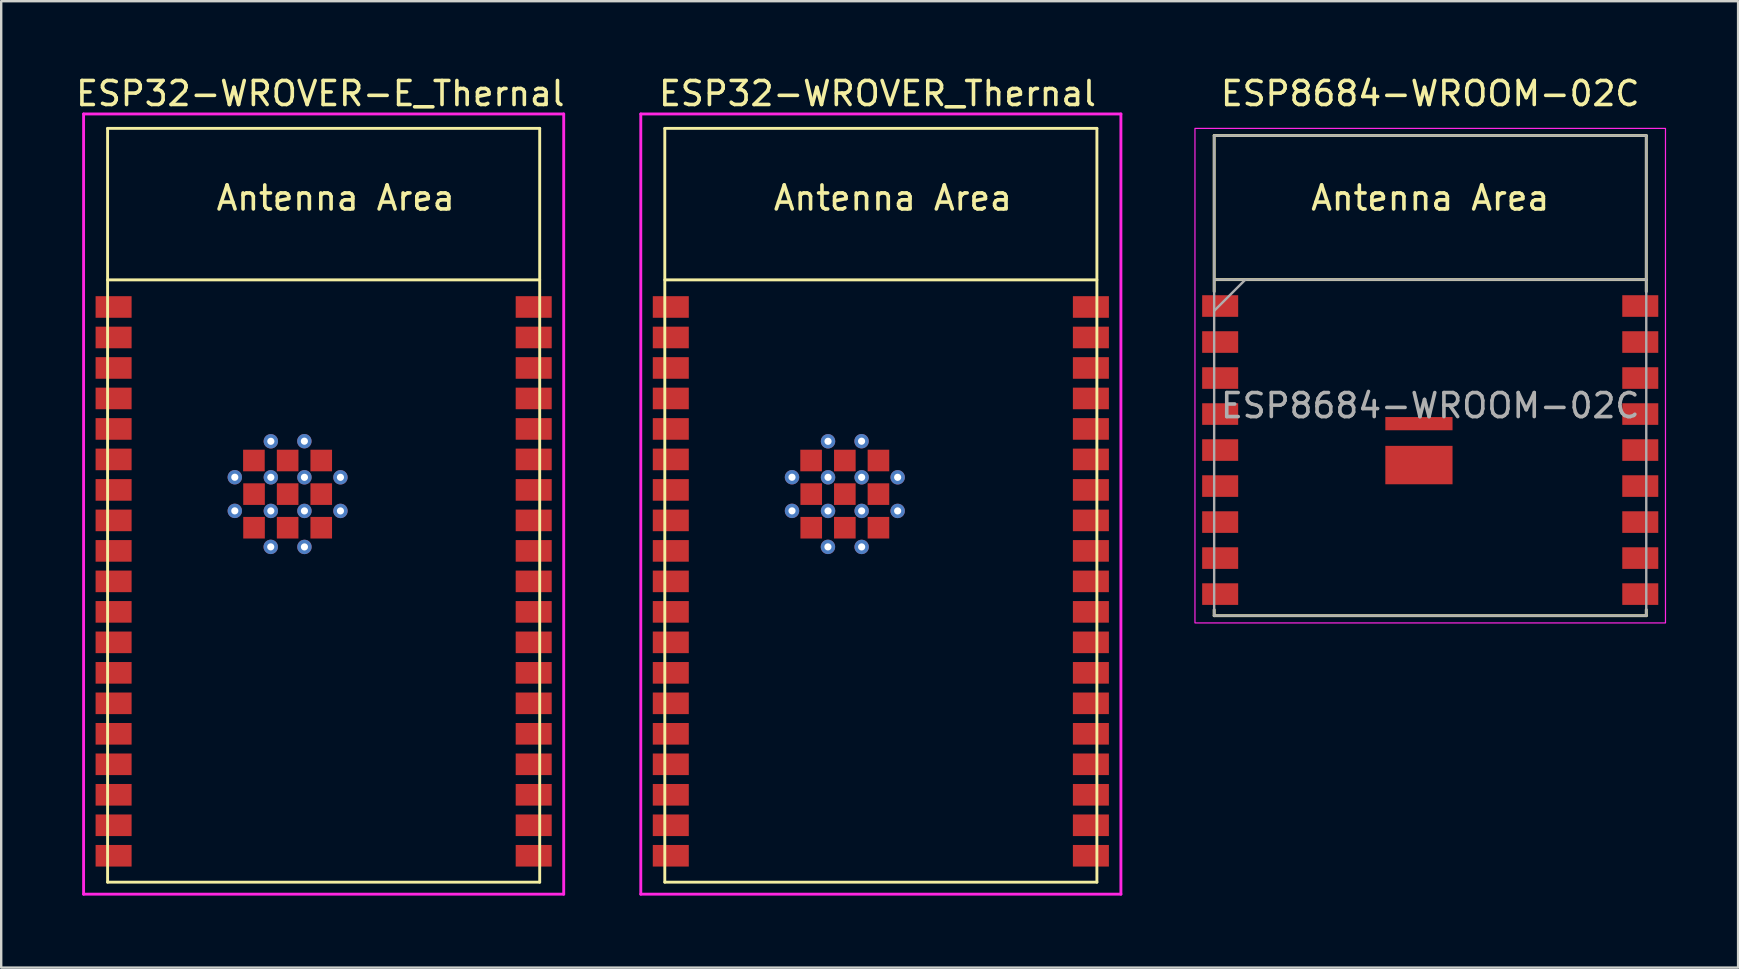
<source format=kicad_pcb>
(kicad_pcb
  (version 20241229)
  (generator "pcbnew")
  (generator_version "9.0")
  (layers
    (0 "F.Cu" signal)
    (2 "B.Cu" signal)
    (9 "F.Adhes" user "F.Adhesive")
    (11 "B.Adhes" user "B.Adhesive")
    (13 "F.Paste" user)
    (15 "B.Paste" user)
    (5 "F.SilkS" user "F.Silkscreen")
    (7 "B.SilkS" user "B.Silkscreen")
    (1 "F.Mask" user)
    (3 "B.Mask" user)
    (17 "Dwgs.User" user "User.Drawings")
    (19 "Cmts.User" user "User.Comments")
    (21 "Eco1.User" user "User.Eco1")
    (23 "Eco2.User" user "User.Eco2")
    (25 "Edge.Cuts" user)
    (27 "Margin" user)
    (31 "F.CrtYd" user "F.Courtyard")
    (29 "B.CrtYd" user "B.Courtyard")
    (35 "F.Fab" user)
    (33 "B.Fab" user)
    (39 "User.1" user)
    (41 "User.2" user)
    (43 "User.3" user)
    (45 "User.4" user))
  (footprint "ESP32-WROVER_Thernal"
    (layer "F.Cu")
    (at 33.643 17.993)
    (property "Reference" "ESP32-WROVER_Thernal" (at -0.14 -17.145 0) (layer "F.SilkS") (effects (font (size 1 1) (thickness 0.15))))
    (attr smd)
    (fp_line (start -9 -15.695) (end -9 15.705) (stroke (width 0.12) (type solid)) (layer "F.SilkS"))
    (fp_line (start -9 -9.385) (end 9 -9.385) (stroke (width 0.12) (type solid)) (layer "F.SilkS"))
    (fp_line (start -9 15.705) (end 9 15.705) (stroke (width 0.12) (type solid)) (layer "F.SilkS"))
    (fp_line (start 9 -15.695) (end -9 -15.695) (stroke (width 0.12) (type solid)) (layer "F.SilkS"))
    (fp_line (start 9 15.705) (end 9 -15.695) (stroke (width 0.12) (type solid)) (layer "F.SilkS"))
    (fp_line (start -9 -15.695) (end -9 15.705) (stroke (width 0.12) (type solid)) (layer "Eco2.User"))
    (fp_line (start -9 -9.385) (end 9 -9.385) (stroke (width 0.12) (type solid)) (layer "Eco2.User"))
    (fp_line (start -9 15.705) (end 9 15.705) (stroke (width 0.12) (type solid)) (layer "Eco2.User"))
    (fp_line (start 9 -15.695) (end -9 -15.695) (stroke (width 0.12) (type solid)) (layer "Eco2.User"))
    (fp_line (start 9 15.705) (end 9 -15.695) (stroke (width 0.12) (type solid)) (layer "Eco2.User"))
    (fp_line (start -10 -16.295) (end 10 -16.295) (stroke (width 0.12) (type solid)) (layer "F.CrtYd"))
    (fp_line (start -10 16.205) (end -10 -16.295) (stroke (width 0.12) (type solid)) (layer "F.CrtYd"))
    (fp_line (start 10 -16.295) (end 10 16.205) (stroke (width 0.12) (type solid)) (layer "F.CrtYd"))
    (fp_line (start 10 16.205) (end -10 16.205) (stroke (width 0.12) (type solid)) (layer "F.CrtYd"))
    (fp_text user "Antenna Area" (at 0.5 -12.795 0) (unlocked yes) (layer "F.SilkS") (effects (font (size 1 1) (thickness 0.15))))
    (pad "1" smd rect (at -8.75 -8.255) (size 1.5 0.9) (layers "F.Cu" "F.Mask" "F.Paste"))
    (pad "2" smd rect (at -8.75 -6.985) (size 1.5 0.9) (layers "F.Cu" "F.Mask" "F.Paste"))
    (pad "3" smd rect (at -8.75 -5.715) (size 1.5 0.9) (layers "F.Cu" "F.Mask" "F.Paste"))
    (pad "4" smd rect (at -8.75 -4.445) (size 1.5 0.9) (layers "F.Cu" "F.Mask" "F.Paste"))
    (pad "5" smd rect (at -8.75 -3.175) (size 1.5 0.9) (layers "F.Cu" "F.Mask" "F.Paste"))
    (pad "6" smd rect (at -8.75 -1.905) (size 1.5 0.9) (layers "F.Cu" "F.Mask" "F.Paste"))
    (pad "7" smd rect (at -8.75 -0.635) (size 1.5 0.9) (layers "F.Cu" "F.Mask" "F.Paste"))
    (pad "8" smd rect (at -8.75 0.635) (size 1.5 0.9) (layers "F.Cu" "F.Mask" "F.Paste"))
    (pad "9" smd rect (at -8.75 1.905) (size 1.5 0.9) (layers "F.Cu" "F.Mask" "F.Paste"))
    (pad "10" smd rect (at -8.75 3.175) (size 1.5 0.9) (layers "F.Cu" "F.Mask" "F.Paste"))
    (pad "11" smd rect (at -8.75 4.445) (size 1.5 0.9) (layers "F.Cu" "F.Mask" "F.Paste"))
    (pad "12" smd rect (at -8.75 5.715) (size 1.5 0.9) (layers "F.Cu" "F.Mask" "F.Paste"))
    (pad "13" smd rect (at -8.75 6.985) (size 1.5 0.9) (layers "F.Cu" "F.Mask" "F.Paste"))
    (pad "14" smd rect (at -8.75 8.255) (size 1.5 0.9) (layers "F.Cu" "F.Mask" "F.Paste"))
    (pad "15" smd rect (at -8.75 9.525) (size 1.5 0.9) (layers "F.Cu" "F.Mask" "F.Paste"))
    (pad "16" smd rect (at -8.75 10.795) (size 1.5 0.9) (layers "F.Cu" "F.Mask" "F.Paste"))
    (pad "17" smd rect (at -8.75 12.065) (size 1.5 0.9) (layers "F.Cu" "F.Mask" "F.Paste"))
    (pad "18" smd rect (at -8.75 13.335) (size 1.5 0.9) (layers "F.Cu" "F.Mask" "F.Paste"))
    (pad "19" smd rect (at -8.75 14.605) (size 1.5 0.9) (layers "F.Cu" "F.Mask" "F.Paste"))
    (pad "20" smd rect (at 8.75 14.605) (size 1.5 0.9) (layers "F.Cu" "F.Mask" "F.Paste"))
    (pad "21" smd rect (at 8.75 13.335) (size 1.5 0.9) (layers "F.Cu" "F.Mask" "F.Paste"))
    (pad "22" smd rect (at 8.75 12.065) (size 1.5 0.9) (layers "F.Cu" "F.Mask" "F.Paste"))
    (pad "23" smd rect (at 8.75 10.795) (size 1.5 0.9) (layers "F.Cu" "F.Mask" "F.Paste"))
    (pad "24" smd rect (at 8.75 9.525) (size 1.5 0.9) (layers "F.Cu" "F.Mask" "F.Paste"))
    (pad "25" smd rect (at 8.75 8.255) (size 1.5 0.9) (layers "F.Cu" "F.Mask" "F.Paste"))
    (pad "26" smd rect (at 8.75 6.985) (size 1.5 0.9) (layers "F.Cu" "F.Mask" "F.Paste"))
    (pad "27" smd rect (at 8.75 5.715) (size 1.5 0.9) (layers "F.Cu" "F.Mask" "F.Paste"))
    (pad "28" smd rect (at 8.75 4.445) (size 1.5 0.9) (layers "F.Cu" "F.Mask" "F.Paste"))
    (pad "29" smd rect (at 8.75 3.175) (size 1.5 0.9) (layers "F.Cu" "F.Mask" "F.Paste"))
    (pad "30" smd rect (at 8.75 1.905) (size 1.5 0.9) (layers "F.Cu" "F.Mask" "F.Paste"))
    (pad "31" smd rect (at 8.75 0.635) (size 1.5 0.9) (layers "F.Cu" "F.Mask" "F.Paste"))
    (pad "32" smd rect (at 8.75 -0.635) (size 1.5 0.9) (layers "F.Cu" "F.Mask" "F.Paste"))
    (pad "33" smd rect (at 8.75 -1.905) (size 1.5 0.9) (layers "F.Cu" "F.Mask" "F.Paste"))
    (pad "34" smd rect (at 8.75 -3.175) (size 1.5 0.9) (layers "F.Cu" "F.Mask" "F.Paste"))
    (pad "35" smd rect (at 8.75 -4.445) (size 1.5 0.9) (layers "F.Cu" "F.Mask" "F.Paste"))
    (pad "36" smd rect (at 8.75 -5.715) (size 1.5 0.9) (layers "F.Cu" "F.Mask" "F.Paste"))
    (pad "37" smd rect (at 8.75 -6.985) (size 1.5 0.9) (layers "F.Cu" "F.Mask" "F.Paste"))
    (pad "38" smd rect (at 8.75 -8.255) (size 1.5 0.9) (layers "F.Cu" "F.Mask" "F.Paste"))
    (pad "39" thru_hole circle (at -3.701 -1.163) (size 0.6 0.6) (drill 0.3) (layers "*.Cu" "*.Mask"))
    (pad "39" thru_hole circle (at -3.701 0.238) (size 0.6 0.6) (drill 0.3) (layers "*.Cu" "*.Mask"))
    (pad "39" smd rect (at -2.905 -1.86) (size 0.9 0.9) (layers "F.Cu" "F.Mask" "F.Paste"))
    (pad "39" smd rect (at -2.9 -0.46) (size 0.9 0.9) (layers "F.Cu" "F.Mask" "F.Paste"))
    (pad "39" smd rect (at -2.9 0.94) (size 0.9 0.9) (layers "F.Cu" "F.Mask" "F.Paste"))
    (pad "39" thru_hole circle (at -2.204 1.738) (size 0.6 0.6) (drill 0.3) (layers "*.Cu" "*.Mask"))
    (pad "39" thru_hole circle (at -2.2 -2.66) (size 0.6 0.6) (drill 0.3) (layers "*.Cu" "*.Mask"))
    (pad "39" thru_hole circle (at -2.2 -1.16) (size 0.6 0.6) (drill 0.3) (layers "*.Cu" "*.Mask"))
    (pad "39" thru_hole circle (at -2.2 0.24) (size 0.6 0.6) (drill 0.3) (layers "*.Cu" "*.Mask"))
    (pad "39" smd rect (at -1.5 -1.86) (size 0.9 0.9) (layers "F.Cu" "F.Mask" "F.Paste"))
    (pad "39" smd rect (at -1.5 -0.46) (size 0.9 0.9) (layers "F.Cu" "F.Mask" "F.Paste"))
    (pad "39" smd rect (at -1.5 0.94) (size 0.9 0.9) (layers "F.Cu" "F.Mask" "F.Paste"))
    (pad "39" thru_hole circle (at -0.803 -2.664) (size 0.6 0.6) (drill 0.3) (layers "*.Cu" "*.Mask"))
    (pad "39" thru_hole circle (at -0.8 -1.16) (size 0.6 0.6) (drill 0.3) (layers "*.Cu" "*.Mask"))
    (pad "39" thru_hole circle (at -0.8 0.24) (size 0.6 0.6) (drill 0.3) (layers "*.Cu" "*.Mask"))
    (pad "39" thru_hole circle (at -0.8 1.74) (size 0.6 0.6) (drill 0.3) (layers "*.Cu" "*.Mask"))
    (pad "39" smd rect (at -0.1 -1.86) (size 0.9 0.9) (layers "F.Cu" "F.Mask" "F.Paste"))
    (pad "39" smd rect (at -0.1 -0.46) (size 0.9 0.9) (layers "F.Cu" "F.Mask" "F.Paste"))
    (pad "39" smd rect (at -0.1 0.94) (size 0.9 0.9) (layers "F.Cu" "F.Mask" "F.Paste"))
    (pad "39" thru_hole circle (at 0.7 -1.16) (size 0.6 0.6) (drill 0.3) (layers "*.Cu" "*.Mask"))
    (pad "39" thru_hole circle (at 0.7 0.24) (size 0.6 0.6) (drill 0.3) (layers "*.Cu" "*.Mask")))
  (footprint "ESP32-WROVER-E_Thernal"
    (layer "F.Cu")
    (at 10.432 17.993)
    (property "Reference" "ESP32-WROVER-E_Thernal" (at -0.14 -17.145 0) (layer "F.SilkS") (effects (font (size 1 1) (thickness 0.15))))
    (attr smd)
    (fp_line (start -9 -15.695) (end -9 15.705) (stroke (width 0.12) (type solid)) (layer "F.SilkS"))
    (fp_line (start -9 -9.385) (end 9 -9.385) (stroke (width 0.12) (type solid)) (layer "F.SilkS"))
    (fp_line (start -9 15.705) (end 9 15.705) (stroke (width 0.12) (type solid)) (layer "F.SilkS"))
    (fp_line (start 9 -15.695) (end -9 -15.695) (stroke (width 0.12) (type solid)) (layer "F.SilkS"))
    (fp_line (start 9 15.705) (end 9 -15.695) (stroke (width 0.12) (type solid)) (layer "F.SilkS"))
    (fp_line (start -9 -15.695) (end -9 15.705) (stroke (width 0.12) (type solid)) (layer "Eco2.User"))
    (fp_line (start -9 -9.385) (end 9 -9.385) (stroke (width 0.12) (type solid)) (layer "Eco2.User"))
    (fp_line (start -9 15.705) (end 9 15.705) (stroke (width 0.12) (type solid)) (layer "Eco2.User"))
    (fp_line (start 9 -15.695) (end -9 -15.695) (stroke (width 0.12) (type solid)) (layer "Eco2.User"))
    (fp_line (start 9 15.705) (end 9 -15.695) (stroke (width 0.12) (type solid)) (layer "Eco2.User"))
    (fp_line (start -10 -16.295) (end 10 -16.295) (stroke (width 0.12) (type solid)) (layer "F.CrtYd"))
    (fp_line (start -10 16.205) (end -10 -16.295) (stroke (width 0.12) (type solid)) (layer "F.CrtYd"))
    (fp_line (start 10 -16.295) (end 10 16.205) (stroke (width 0.12) (type solid)) (layer "F.CrtYd"))
    (fp_line (start 10 16.205) (end -10 16.205) (stroke (width 0.12) (type solid)) (layer "F.CrtYd"))
    (fp_text user "Antenna Area" (at 0.5 -12.795 0) (unlocked yes) (layer "F.SilkS") (effects (font (size 1 1) (thickness 0.15))))
    (pad "1" smd rect (at -8.75 -8.255) (size 1.5 0.9) (layers "F.Cu" "F.Mask" "F.Paste"))
    (pad "2" smd rect (at -8.75 -6.985) (size 1.5 0.9) (layers "F.Cu" "F.Mask" "F.Paste"))
    (pad "3" smd rect (at -8.75 -5.715) (size 1.5 0.9) (layers "F.Cu" "F.Mask" "F.Paste"))
    (pad "4" smd rect (at -8.75 -4.445) (size 1.5 0.9) (layers "F.Cu" "F.Mask" "F.Paste"))
    (pad "5" smd rect (at -8.75 -3.175) (size 1.5 0.9) (layers "F.Cu" "F.Mask" "F.Paste"))
    (pad "6" smd rect (at -8.75 -1.905) (size 1.5 0.9) (layers "F.Cu" "F.Mask" "F.Paste"))
    (pad "7" smd rect (at -8.75 -0.635) (size 1.5 0.9) (layers "F.Cu" "F.Mask" "F.Paste"))
    (pad "8" smd rect (at -8.75 0.635) (size 1.5 0.9) (layers "F.Cu" "F.Mask" "F.Paste"))
    (pad "9" smd rect (at -8.75 1.905) (size 1.5 0.9) (layers "F.Cu" "F.Mask" "F.Paste"))
    (pad "10" smd rect (at -8.75 3.175) (size 1.5 0.9) (layers "F.Cu" "F.Mask" "F.Paste"))
    (pad "11" smd rect (at -8.75 4.445) (size 1.5 0.9) (layers "F.Cu" "F.Mask" "F.Paste"))
    (pad "12" smd rect (at -8.75 5.715) (size 1.5 0.9) (layers "F.Cu" "F.Mask" "F.Paste"))
    (pad "13" smd rect (at -8.75 6.985) (size 1.5 0.9) (layers "F.Cu" "F.Mask" "F.Paste"))
    (pad "14" smd rect (at -8.75 8.255) (size 1.5 0.9) (layers "F.Cu" "F.Mask" "F.Paste"))
    (pad "15" smd rect (at -8.75 9.525) (size 1.5 0.9) (layers "F.Cu" "F.Mask" "F.Paste"))
    (pad "16" smd rect (at -8.75 10.795) (size 1.5 0.9) (layers "F.Cu" "F.Mask" "F.Paste"))
    (pad "17" smd rect (at -8.75 12.065) (size 1.5 0.9) (layers "F.Cu" "F.Mask" "F.Paste"))
    (pad "18" smd rect (at -8.75 13.335) (size 1.5 0.9) (layers "F.Cu" "F.Mask" "F.Paste"))
    (pad "19" smd rect (at -8.75 14.605) (size 1.5 0.9) (layers "F.Cu" "F.Mask" "F.Paste"))
    (pad "20" smd rect (at 8.75 14.605) (size 1.5 0.9) (layers "F.Cu" "F.Mask" "F.Paste"))
    (pad "21" smd rect (at 8.75 13.335) (size 1.5 0.9) (layers "F.Cu" "F.Mask" "F.Paste"))
    (pad "22" smd rect (at 8.75 12.065) (size 1.5 0.9) (layers "F.Cu" "F.Mask" "F.Paste"))
    (pad "23" smd rect (at 8.75 10.795) (size 1.5 0.9) (layers "F.Cu" "F.Mask" "F.Paste"))
    (pad "24" smd rect (at 8.75 9.525) (size 1.5 0.9) (layers "F.Cu" "F.Mask" "F.Paste"))
    (pad "25" smd rect (at 8.75 8.255) (size 1.5 0.9) (layers "F.Cu" "F.Mask" "F.Paste"))
    (pad "26" smd rect (at 8.75 6.985) (size 1.5 0.9) (layers "F.Cu" "F.Mask" "F.Paste"))
    (pad "27" smd rect (at 8.75 5.715) (size 1.5 0.9) (layers "F.Cu" "F.Mask" "F.Paste"))
    (pad "28" smd rect (at 8.75 4.445) (size 1.5 0.9) (layers "F.Cu" "F.Mask" "F.Paste"))
    (pad "29" smd rect (at 8.75 3.175) (size 1.5 0.9) (layers "F.Cu" "F.Mask" "F.Paste"))
    (pad "30" smd rect (at 8.75 1.905) (size 1.5 0.9) (layers "F.Cu" "F.Mask" "F.Paste"))
    (pad "31" smd rect (at 8.75 0.635) (size 1.5 0.9) (layers "F.Cu" "F.Mask" "F.Paste"))
    (pad "32" smd rect (at 8.75 -0.635) (size 1.5 0.9) (layers "F.Cu" "F.Mask" "F.Paste"))
    (pad "33" smd rect (at 8.75 -1.905) (size 1.5 0.9) (layers "F.Cu" "F.Mask" "F.Paste"))
    (pad "34" smd rect (at 8.75 -3.175) (size 1.5 0.9) (layers "F.Cu" "F.Mask" "F.Paste"))
    (pad "35" smd rect (at 8.75 -4.445) (size 1.5 0.9) (layers "F.Cu" "F.Mask" "F.Paste"))
    (pad "36" smd rect (at 8.75 -5.715) (size 1.5 0.9) (layers "F.Cu" "F.Mask" "F.Paste"))
    (pad "37" smd rect (at 8.75 -6.985) (size 1.5 0.9) (layers "F.Cu" "F.Mask" "F.Paste"))
    (pad "38" smd rect (at 8.75 -8.255) (size 1.5 0.9) (layers "F.Cu" "F.Mask" "F.Paste"))
    (pad "39" thru_hole circle (at -3.701 -1.163) (size 0.6 0.6) (drill 0.3) (layers "*.Cu" "*.Mask"))
    (pad "39" thru_hole circle (at -3.701 0.238) (size 0.6 0.6) (drill 0.3) (layers "*.Cu" "*.Mask"))
    (pad "39" smd rect (at -2.905 -1.86) (size 0.9 0.9) (layers "F.Cu" "F.Mask" "F.Paste"))
    (pad "39" smd rect (at -2.9 -0.46) (size 0.9 0.9) (layers "F.Cu" "F.Mask" "F.Paste"))
    (pad "39" smd rect (at -2.9 0.94) (size 0.9 0.9) (layers "F.Cu" "F.Mask" "F.Paste"))
    (pad "39" thru_hole circle (at -2.204 1.738) (size 0.6 0.6) (drill 0.3) (layers "*.Cu" "*.Mask"))
    (pad "39" thru_hole circle (at -2.2 -2.66) (size 0.6 0.6) (drill 0.3) (layers "*.Cu" "*.Mask"))
    (pad "39" thru_hole circle (at -2.2 -1.16) (size 0.6 0.6) (drill 0.3) (layers "*.Cu" "*.Mask"))
    (pad "39" thru_hole circle (at -2.2 0.24) (size 0.6 0.6) (drill 0.3) (layers "*.Cu" "*.Mask"))
    (pad "39" smd rect (at -1.5 -1.86) (size 0.9 0.9) (layers "F.Cu" "F.Mask" "F.Paste"))
    (pad "39" smd rect (at -1.5 -0.46) (size 0.9 0.9) (layers "F.Cu" "F.Mask" "F.Paste"))
    (pad "39" smd rect (at -1.5 0.94) (size 0.9 0.9) (layers "F.Cu" "F.Mask" "F.Paste"))
    (pad "39" thru_hole circle (at -0.803 -2.664) (size 0.6 0.6) (drill 0.3) (layers "*.Cu" "*.Mask"))
    (pad "39" thru_hole circle (at -0.8 -1.16) (size 0.6 0.6) (drill 0.3) (layers "*.Cu" "*.Mask"))
    (pad "39" thru_hole circle (at -0.8 0.24) (size 0.6 0.6) (drill 0.3) (layers "*.Cu" "*.Mask"))
    (pad "39" thru_hole circle (at -0.8 1.74) (size 0.6 0.6) (drill 0.3) (layers "*.Cu" "*.Mask"))
    (pad "39" smd rect (at -0.1 -1.86) (size 0.9 0.9) (layers "F.Cu" "F.Mask" "F.Paste"))
    (pad "39" smd rect (at -0.1 -0.46) (size 0.9 0.9) (layers "F.Cu" "F.Mask" "F.Paste"))
    (pad "39" smd rect (at -0.1 0.94) (size 0.9 0.9) (layers "F.Cu" "F.Mask" "F.Paste"))
    (pad "39" thru_hole circle (at 0.7 -1.16) (size 0.6 0.6) (drill 0.3) (layers "*.Cu" "*.Mask"))
    (pad "39" thru_hole circle (at 0.7 0.24) (size 0.6 0.6) (drill 0.3) (layers "*.Cu" "*.Mask")))
  (footprint "ESP8684-WROOM-02C"
    (layer "F.Cu")
    (at 56.058 13.023)
    (property "Reference" "ESP8684-WROOM-02C" (at 0.47 -12.175 0) (layer "F.SilkS") (effects (font (size 1 1) (thickness 0.15))))
    (attr smd)
    (fp_line (start -8.53 -10.425) (end -8.53 -3.925) (stroke (width 0.12) (type solid)) (layer "F.SilkS"))
    (fp_line (start -8.53 -10.425) (end 9.47 -10.425) (stroke (width 0.12) (type solid)) (layer "F.SilkS"))
    (fp_line (start -8.53 9.575) (end -8.53 9.325) (stroke (width 0.12) (type solid)) (layer "F.SilkS"))
    (fp_line (start 9.47 -10.425) (end 9.47 -3.925) (stroke (width 0.12) (type solid)) (layer "F.SilkS"))
    (fp_line (start 9.47 -4.425) (end -8.48 -4.425) (stroke (width 0.12) (type solid)) (layer "F.SilkS"))
    (fp_line (start 9.47 9.325) (end 9.47 9.575) (stroke (width 0.12) (type solid)) (layer "F.SilkS"))
    (fp_line (start 9.47 9.575) (end -8.53 9.575) (stroke (width 0.12) (type solid)) (layer "F.SilkS"))
    (fp_poly (pts (xy 10.27 9.875) (xy -9.33 9.875) (xy -9.33 -10.725) (xy 10.27 -10.725)) (stroke (width 0.05) (type solid)) (fill no) (layer "F.CrtYd"))
    (fp_line (start -8.53 -10.425) (end 9.47 -10.425) (stroke (width 0.1) (type solid)) (layer "F.Fab"))
    (fp_line (start -8.53 -4.425) (end 9.47 -4.425) (stroke (width 0.1) (type solid)) (layer "F.Fab"))
    (fp_line (start -8.53 9.575) (end -8.53 -10.425) (stroke (width 0.1) (type solid)) (layer "F.Fab"))
    (fp_line (start -7.23 -4.425) (end -8.53 -3.125) (stroke (width 0.1) (type solid)) (layer "F.Fab"))
    (fp_line (start 9.47 -10.425) (end 9.47 9.575) (stroke (width 0.1) (type solid)) (layer "F.Fab"))
    (fp_line (start 9.47 9.575) (end -8.53 9.575) (stroke (width 0.1) (type solid)) (layer "F.Fab"))
    (fp_text user "Antenna Area" (at 0.47 -7.825 0) (layer "F.SilkS") (effects (font (size 1 1) (thickness 0.15))))
    (fp_text user "${REFERENCE}" (at 0.47 0.825 0) (layer "F.Fab") (effects (font (size 1 1) (thickness 0.15))))
    (pad "1" smd rect (at -8.28 -3.325) (size 1.5 0.9) (layers "F.Cu" "F.Mask" "F.Paste"))
    (pad "2" smd rect (at -8.28 -1.825) (size 1.5 0.9) (layers "F.Cu" "F.Mask" "F.Paste"))
    (pad "3" smd rect (at -8.28 -0.325) (size 1.5 0.9) (layers "F.Cu" "F.Mask" "F.Paste"))
    (pad "4" smd rect (at -8.28 1.175) (size 1.5 0.9) (layers "F.Cu" "F.Mask" "F.Paste"))
    (pad "5" smd rect (at -8.28 2.675) (size 1.5 0.9) (layers "F.Cu" "F.Mask" "F.Paste"))
    (pad "6" smd rect (at -8.28 4.175) (size 1.5 0.9) (layers "F.Cu" "F.Mask" "F.Paste"))
    (pad "7" smd rect (at -8.28 5.675) (size 1.5 0.9) (layers "F.Cu" "F.Mask" "F.Paste"))
    (pad "8" smd rect (at -8.28 7.175) (size 1.5 0.9) (layers "F.Cu" "F.Mask" "F.Paste"))
    (pad "9" smd rect (at -8.28 8.675) (size 1.5 0.9) (layers "F.Cu" "F.Mask" "F.Paste"))
    (pad "10" smd rect (at 9.22 8.675 180) (size 1.5 0.9) (layers "F.Cu" "F.Mask" "F.Paste"))
    (pad "11" smd rect (at 9.22 7.175 180) (size 1.5 0.9) (layers "F.Cu" "F.Mask" "F.Paste"))
    (pad "12" smd rect (at 9.22 5.675 180) (size 1.5 0.9) (layers "F.Cu" "F.Mask" "F.Paste"))
    (pad "13" smd rect (at 9.22 4.175 180) (size 1.5 0.9) (layers "F.Cu" "F.Mask" "F.Paste"))
    (pad "14" smd rect (at 9.22 2.675 180) (size 1.5 0.9) (layers "F.Cu" "F.Mask" "F.Paste"))
    (pad "15" smd rect (at 9.22 1.175 180) (size 1.5 0.9) (layers "F.Cu" "F.Mask" "F.Paste"))
    (pad "16" smd rect (at 9.22 -0.325 180) (size 1.5 0.9) (layers "F.Cu" "F.Mask" "F.Paste"))
    (pad "17" smd rect (at 9.22 -1.825 180) (size 1.5 0.9) (layers "F.Cu" "F.Mask" "F.Paste"))
    (pad "18" smd rect (at 9.22 -3.325 180) (size 1.5 0.9) (layers "F.Cu" "F.Mask" "F.Paste"))
    (pad "19" smd rect (at 0 1.575 180) (size 2.8 0.55) (layers "F.Cu" "F.Mask" "F.Paste"))
    (pad "19" smd rect (at 0 3.3 180) (size 2.8 1.6) (layers "F.Cu" "F.Mask" "F.Paste"))
    (zone (net_name "") (layers "F.Cu" "B.Cu") (name "antenna keepout") (hatch edge 0.508) (connect_pads) (min_thickness 0.254) (filled_areas_thickness no) (keepout (tracks not_allowed) (vias not_allowed) (pads not_allowed) (copperpour not_allowed) (footprints not_allowed)) (placement (enabled no)) (fill) (polygon (pts (xy 65.528 8.598) (xy 47.528 8.598) (xy 47.528 2.598) (xy 65.528 2.598)))))
  (gr_rect
    (start -3 -3)
    (end 69.353 37.258)
    (stroke (width 0.1) (type default))
    (fill no)
    (layer "Edge.Cuts")))
</source>
